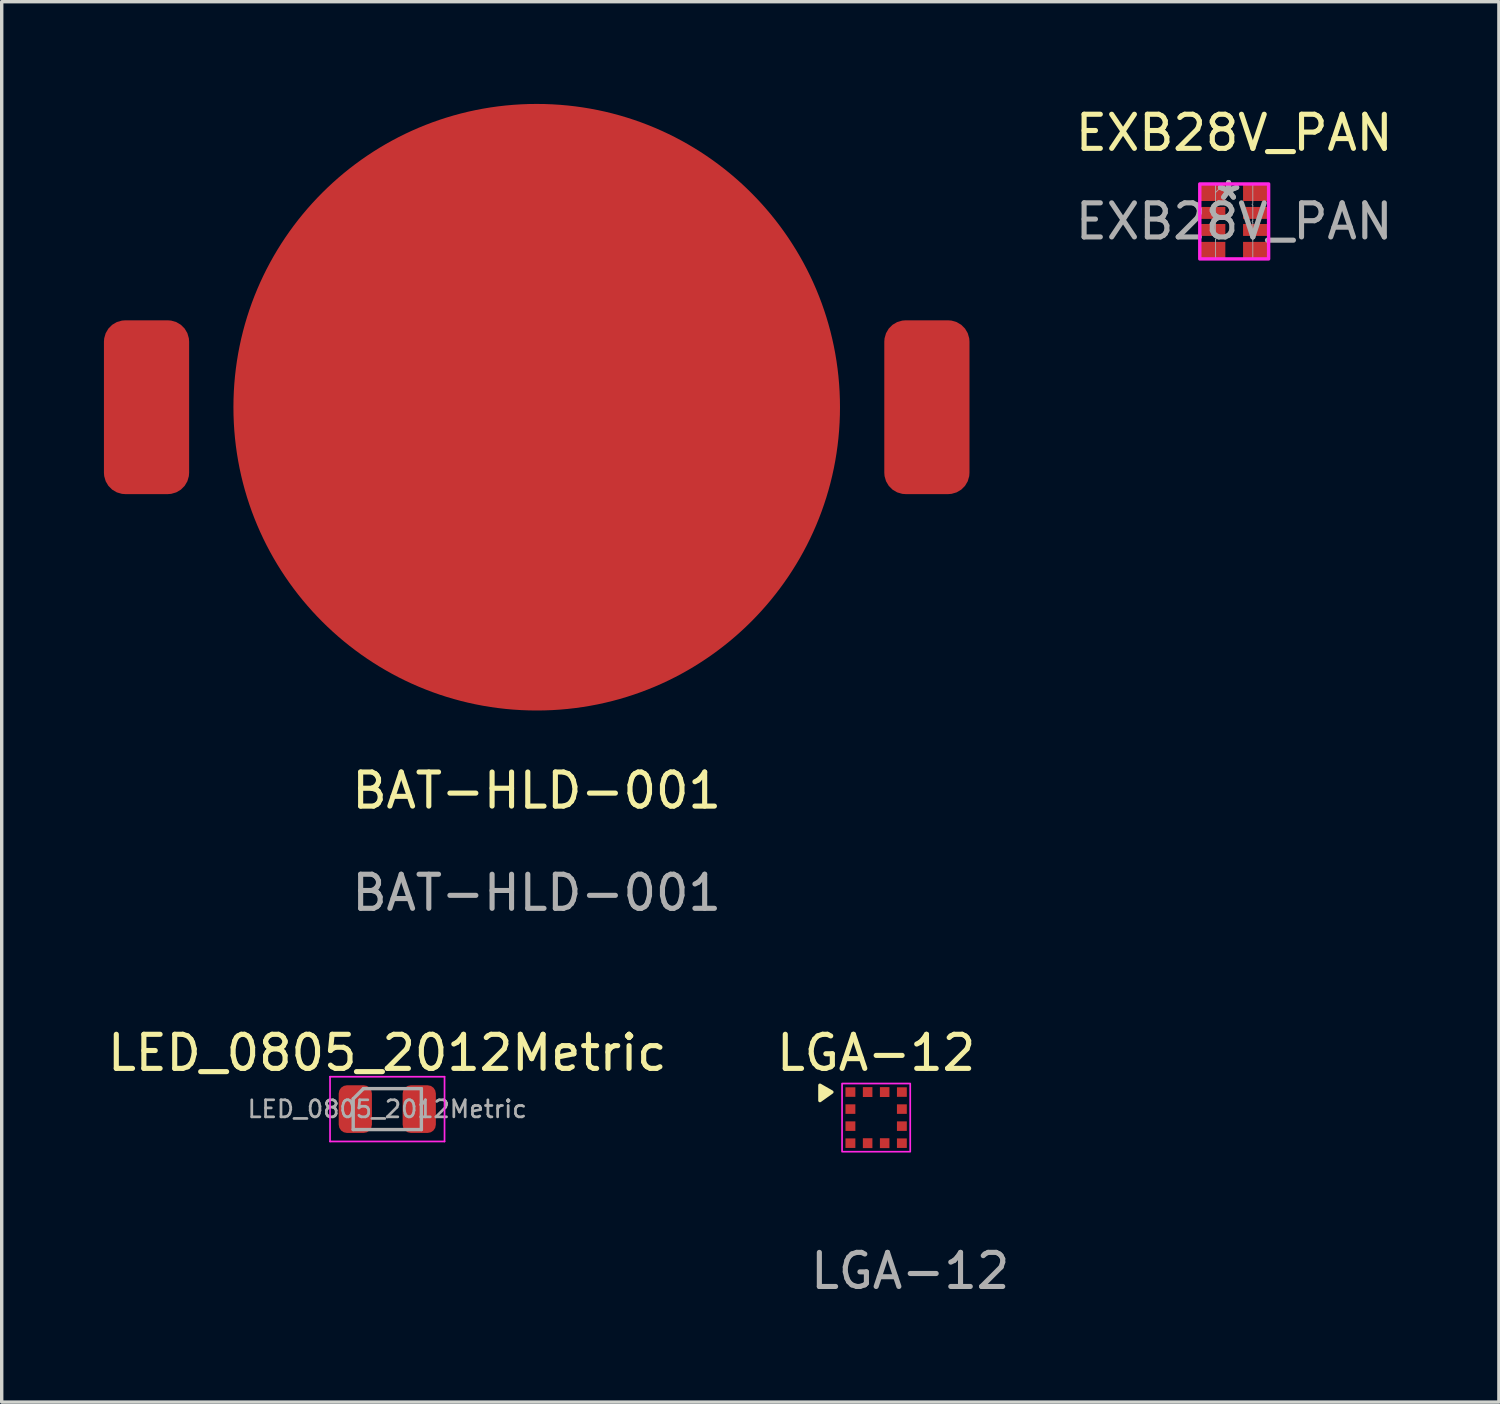
<source format=kicad_pcb>
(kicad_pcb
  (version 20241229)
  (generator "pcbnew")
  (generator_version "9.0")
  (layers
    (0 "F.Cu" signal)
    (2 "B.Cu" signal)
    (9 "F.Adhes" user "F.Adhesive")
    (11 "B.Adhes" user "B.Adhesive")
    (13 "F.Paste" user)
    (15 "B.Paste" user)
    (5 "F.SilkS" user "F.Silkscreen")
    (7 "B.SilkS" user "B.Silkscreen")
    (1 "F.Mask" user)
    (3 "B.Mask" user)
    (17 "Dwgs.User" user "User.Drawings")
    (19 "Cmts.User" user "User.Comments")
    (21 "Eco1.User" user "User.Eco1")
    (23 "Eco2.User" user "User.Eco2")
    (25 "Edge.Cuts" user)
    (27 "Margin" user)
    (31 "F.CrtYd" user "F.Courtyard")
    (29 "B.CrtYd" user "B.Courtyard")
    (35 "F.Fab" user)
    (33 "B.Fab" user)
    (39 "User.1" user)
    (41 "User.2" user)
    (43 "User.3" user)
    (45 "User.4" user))
  (footprint "LED_0805_2012Metric"
    (layer "F.Cu")
    (at 8.315 29.497)
    (property "Reference" "LED_0805_2012Metric" (at 0 -1.65 0) (layer "F.SilkS") (effects (font (size 1 1) (thickness 0.15))))
    (attr smd)
    (fp_line (start -1.68 -0.95) (end 1.68 -0.95) (stroke (width 0.05) (type solid)) (layer "F.CrtYd"))
    (fp_line (start -1.68 0.95) (end -1.68 -0.95) (stroke (width 0.05) (type solid)) (layer "F.CrtYd"))
    (fp_line (start 1.68 -0.95) (end 1.68 0.95) (stroke (width 0.05) (type solid)) (layer "F.CrtYd"))
    (fp_line (start 1.68 0.95) (end -1.68 0.95) (stroke (width 0.05) (type solid)) (layer "F.CrtYd"))
    (fp_line (start -1 -0.3) (end -1 0.6) (stroke (width 0.1) (type solid)) (layer "F.Fab"))
    (fp_line (start -1 0.6) (end 1 0.6) (stroke (width 0.1) (type solid)) (layer "F.Fab"))
    (fp_line (start -0.7 -0.6) (end -1 -0.3) (stroke (width 0.1) (type solid)) (layer "F.Fab"))
    (fp_line (start 1 -0.6) (end -0.7 -0.6) (stroke (width 0.1) (type solid)) (layer "F.Fab"))
    (fp_line (start 1 0.6) (end 1 -0.6) (stroke (width 0.1) (type solid)) (layer "F.Fab"))
    (fp_text user "${REFERENCE}" (at 0 0 0) (layer "F.Fab") (effects (font (size 0.5 0.5) (thickness 0.08))))
    (pad "1" smd roundrect (at -0.938 0) (size 0.975 1.4) (layers "F.Cu" "F.Mask" "F.Paste") (roundrect_rratio 0.25))
    (pad "2" smd roundrect (at 0.938 0) (size 0.975 1.4) (layers "F.Cu" "F.Mask" "F.Paste") (roundrect_rratio 0.25)))
  (footprint "BAT-HLD-001"
    (layer "F.Cu")
    (at 12.7 8.9)
    (property "Reference" "BAT-HLD-001" (at 0 11.25 0) (unlocked yes) (layer "F.SilkS") (effects (font (size 1 1) (thickness 0.15))))
    (attr smd)
    (fp_text user "${REFERENCE}" (at 0 14.25 0) (unlocked yes) (layer "F.Fab") (effects (font (size 1 1) (thickness 0.15))))
    (pad "1" smd roundrect (at -11.45 0) (size 2.5 5.1) (layers "F.Cu" "F.Mask" "F.Paste") (roundrect_rratio 0.25))
    (pad "1" smd roundrect (at 11.45 0) (size 2.5 5.1) (layers "F.Cu" "F.Mask" "F.Paste") (roundrect_rratio 0.25))
    (pad "2" smd circle (at 0 0) (size 17.8 17.8) (layers "F.Cu" "F.Mask")))
  (footprint "EXB28V_PAN"
    (layer "F.Cu")
    (at 33.168 3.448)
    (property "Reference" "EXB28V_PAN" (at 0 -2.6 0) (unlocked yes) (layer "F.SilkS") (effects (font (size 1 1) (thickness 0.15))))
    (attr smd)
    (fp_rect (start -1.01 -1.1) (end 1.01 1.1) (stroke (width 0.1) (type default)) (fill no) (layer "F.CrtYd"))
    (fp_line (start -0.546 -1.105) (end 0.546 -1.105) (stroke (width 0.025) (type solid)) (layer "F.Fab"))
    (fp_line (start -0.546 -0.546) (end -0.546 -1.105) (stroke (width 0.025) (type solid)) (layer "F.Fab"))
    (fp_line (start -0.546 -0.479) (end -0.546 -0.021) (stroke (width 0.025) (type solid)) (layer "F.Fab"))
    (fp_line (start -0.546 0.021) (end -0.546 0.479) (stroke (width 0.025) (type solid)) (layer "F.Fab"))
    (fp_line (start -0.546 0.521) (end -0.546 0.546) (stroke (width 0.025) (type solid)) (layer "F.Fab"))
    (fp_line (start -0.546 0.546) (end -0.546 1.105) (stroke (width 0.025) (type solid)) (layer "F.Fab"))
    (fp_line (start -0.546 1.105) (end 0.546 1.105) (stroke (width 0.025) (type solid)) (layer "F.Fab"))
    (fp_line (start -0.292 -1.105) (end -0.546 -0.851) (stroke (width 0.025) (type solid)) (layer "F.Fab"))
    (fp_line (start 0.546 -0.546) (end 0.546 -1.105) (stroke (width 0.025) (type solid)) (layer "F.Fab"))
    (fp_line (start 0.546 -0.479) (end 0.546 -0.021) (stroke (width 0.025) (type solid)) (layer "F.Fab"))
    (fp_line (start 0.546 0.021) (end 0.546 0.479) (stroke (width 0.025) (type solid)) (layer "F.Fab"))
    (fp_line (start 0.546 0.521) (end 0.546 0.546) (stroke (width 0.025) (type solid)) (layer "F.Fab"))
    (fp_line (start 0.546 0.546) (end 0.546 1.105) (stroke (width 0.025) (type solid)) (layer "F.Fab"))
    (fp_arc (start -0.5461 -0.521398) (mid -0.524701 -0.499999) (end -0.5461 -0.4786) (stroke (width 0.0254) (type solid)) (layer "F.Fab"))
    (fp_arc (start -0.5461 -0.021399) (mid -0.524701 0) (end -0.5461 0.021399) (stroke (width 0.0254) (type solid)) (layer "F.Fab"))
    (fp_arc (start -0.5461 0.4786) (mid -0.524701 0.499999) (end -0.5461 0.521398) (stroke (width 0.0254) (type solid)) (layer "F.Fab"))
    (fp_arc (start 0.5461 -0.4786) (mid 0.524701 -0.499999) (end 0.5461 -0.521398) (stroke (width 0.0254) (type solid)) (layer "F.Fab"))
    (fp_arc (start 0.5461 0.021399) (mid 0.524701 0) (end 0.5461 -0.021399) (stroke (width 0.0254) (type solid)) (layer "F.Fab"))
    (fp_arc (start 0.5461 0.521398) (mid 0.524701 0.499999) (end 0.5461 0.4786) (stroke (width 0.0254) (type solid)) (layer "F.Fab"))
    (fp_text user "*" (at -0.165 -0.597 0) (unlocked yes) (layer "F.Fab") (effects (font (size 1 1) (thickness 0.15))))
    (fp_text user "*" (at -0.165 -0.597 0) (layer "F.Fab") (effects (font (size 1 1) (thickness 0.15))))
    (fp_text user "${REFERENCE}" (at 0 0 0) (unlocked yes) (layer "F.Fab") (effects (font (size 1 1) (thickness 0.15))))
    (pad "1" smd rect (at -0.635 -0.85) (size 0.75 0.5) (layers "F.Cu" "F.Mask" "F.Paste"))
    (pad "2" smd rect (at -0.635 -0.25) (size 0.75 0.35) (layers "F.Cu" "F.Mask" "F.Paste"))
    (pad "3" smd rect (at -0.635 0.25) (size 0.75 0.35) (layers "F.Cu" "F.Mask" "F.Paste"))
    (pad "4" smd rect (at -0.635 0.85) (size 0.75 0.5) (layers "F.Cu" "F.Mask" "F.Paste"))
    (pad "5" smd rect (at 0.635 0.85) (size 0.75 0.5) (layers "F.Cu" "F.Mask" "F.Paste"))
    (pad "6" smd rect (at 0.635 0.25) (size 0.75 0.35) (layers "F.Cu" "F.Mask" "F.Paste"))
    (pad "7" smd rect (at 0.635 -0.25) (size 0.75 0.35) (layers "F.Cu" "F.Mask" "F.Paste"))
    (pad "8" smd rect (at 0.635 -0.85) (size 0.75 0.5) (layers "F.Cu" "F.Mask" "F.Paste")))
  (footprint "LGA-12"
    (layer "F.Cu")
    (at 22.661 29.747)
    (property "Reference" "LGA-12" (at 0 -1.9 0) (unlocked yes) (layer "F.SilkS") (effects (font (size 1 1) (thickness 0.15))))
    (attr smd)
    (fp_poly (pts (xy -1.65 -0.95) (xy -1.65 -0.5) (xy -1.3 -0.75)) (stroke (width 0.1) (type solid)) (fill yes) (layer "F.SilkS"))
    (fp_rect (start -1 -1) (end 1 1) (stroke (width 0.05) (type default)) (fill no) (layer "F.CrtYd"))
    (fp_text user "${REFERENCE}" (at 1 4.5 0) (unlocked yes) (layer "F.Fab") (effects (font (size 1 1) (thickness 0.15))))
    (pad "1" smd rect (at -0.755 -0.75) (size 0.29 0.28) (layers "F.Cu" "F.Mask" "F.Paste"))
    (pad "2" smd rect (at -0.755 -0.25 180) (size 0.29 0.28) (layers "F.Cu" "F.Mask" "F.Paste"))
    (pad "3" smd rect (at -0.755 0.25 180) (size 0.29 0.28) (layers "F.Cu" "F.Mask" "F.Paste"))
    (pad "4" smd rect (at -0.755 0.75 180) (size 0.29 0.28) (layers "F.Cu" "F.Mask" "F.Paste"))
    (pad "5" smd rect (at -0.25 0.75 180) (size 0.28 0.29) (layers "F.Cu" "F.Mask" "F.Paste"))
    (pad "6" smd rect (at 0.25 0.75 180) (size 0.28 0.29) (layers "F.Cu" "F.Mask" "F.Paste"))
    (pad "7" smd rect (at 0.755 0.75 180) (size 0.29 0.28) (layers "F.Cu" "F.Mask" "F.Paste"))
    (pad "8" smd rect (at 0.755 0.25 180) (size 0.29 0.28) (layers "F.Cu" "F.Mask" "F.Paste"))
    (pad "9" smd rect (at 0.755 -0.25 180) (size 0.29 0.28) (layers "F.Cu" "F.Mask" "F.Paste"))
    (pad "10" smd rect (at 0.755 -0.75 180) (size 0.29 0.28) (layers "F.Cu" "F.Mask" "F.Paste"))
    (pad "11" smd rect (at 0.25 -0.75 180) (size 0.28 0.29) (layers "F.Cu" "F.Mask" "F.Paste"))
    (pad "12" smd rect (at -0.25 -0.75 180) (size 0.28 0.29) (layers "F.Cu" "F.Mask" "F.Paste")))
  (gr_rect
    (start -3 -3)
    (end 40.936 38.095)
    (stroke (width 0.1) (type default))
    (fill no)
    (layer "Edge.Cuts")))
</source>
